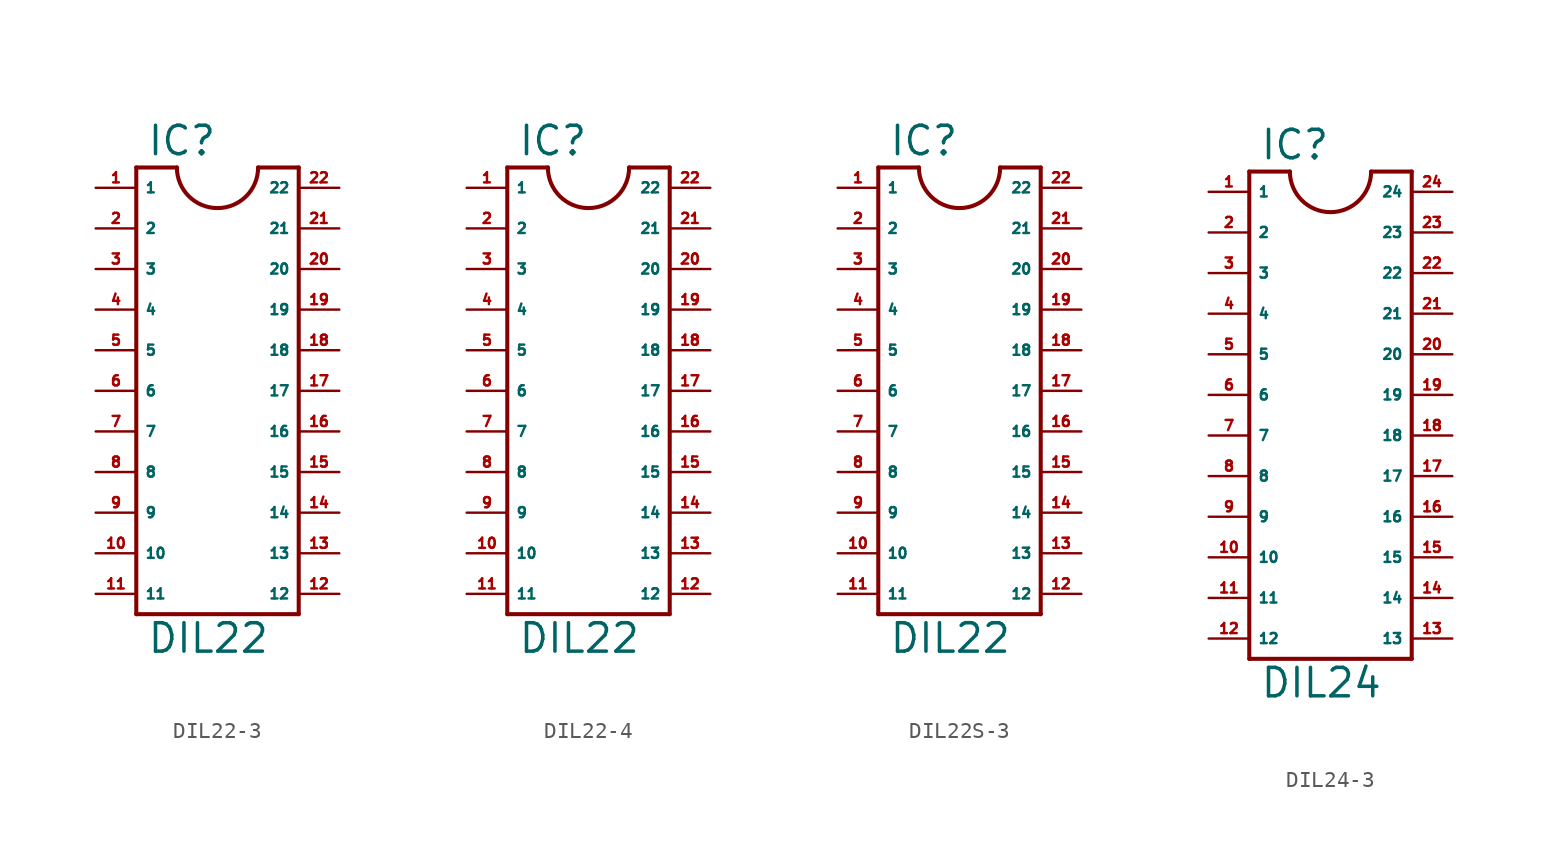
<source format=kicad_sym>
(kicad_symbol_lib
  (version 20220914)
  (generator Eagle2Kicad)
  (symbol "DIL22-3"
    (property "Reference" "IC"
      (at -4.445 14.605 0)
      (effects (font (size 1.778 1.778) (thickness 0.22)) (justify left bottom)))
    (property "Value" "DIL22"
      (at -4.445 -16.51 0)
      (effects (font (size 1.778 1.778) (thickness 0.22)) (justify left bottom)))
    (polyline
      (pts (xy -5.08 13.97) (xy -5.08 -13.97))
      (stroke (width 0.254) (type default))
      (fill (type none)))
    (polyline
      (pts (xy -5.08 -13.97) (xy 5.08 -13.97))
      (stroke (width 0.254) (type default))
      (fill (type none)))
    (polyline
      (pts (xy 5.08 -13.97) (xy 5.08 13.97))
      (stroke (width 0.254) (type default))
      (fill (type none)))
    (polyline
      (pts (xy 5.08 13.97) (xy 2.54 13.97))
      (stroke (width 0.254) (type default))
      (fill (type none)))
    (polyline
      (pts (xy -5.08 13.97) (xy -2.54 13.97))
      (stroke (width 0.254) (type default))
      (fill (type none)))
    (arc
      (start -2.54 13.97)
      (mid 0.000 11.430)
      (end 2.54 13.97)
      (stroke (width 0.254) (type default))
      (fill (type none)))
    (pin passive line
      (at -7.62 12.7 0)
      (length 2.54)
      (name "1" (effects (font (size 0.635 0.635) (thickness 0.08)) (justify left bottom)))
      (number "1" (effects (font (size 0.635 0.635) (thickness 0.08)) (justify left bottom))))
    (pin passive line
      (at -7.62 10.16 0)
      (length 2.54)
      (name "2" (effects (font (size 0.635 0.635) (thickness 0.08)) (justify left bottom)))
      (number "2" (effects (font (size 0.635 0.635) (thickness 0.08)) (justify left bottom))))
    (pin passive line
      (at -7.62 7.62 0)
      (length 2.54)
      (name "3" (effects (font (size 0.635 0.635) (thickness 0.08)) (justify left bottom)))
      (number "3" (effects (font (size 0.635 0.635) (thickness 0.08)) (justify left bottom))))
    (pin passive line
      (at -7.62 5.08 0)
      (length 2.54)
      (name "4" (effects (font (size 0.635 0.635) (thickness 0.08)) (justify left bottom)))
      (number "4" (effects (font (size 0.635 0.635) (thickness 0.08)) (justify left bottom))))
    (pin passive line
      (at -7.62 2.54 0)
      (length 2.54)
      (name "5" (effects (font (size 0.635 0.635) (thickness 0.08)) (justify left bottom)))
      (number "5" (effects (font (size 0.635 0.635) (thickness 0.08)) (justify left bottom))))
    (pin passive line
      (at -7.62 0 0)
      (length 2.54)
      (name "6" (effects (font (size 0.635 0.635) (thickness 0.08)) (justify left bottom)))
      (number "6" (effects (font (size 0.635 0.635) (thickness 0.08)) (justify left bottom))))
    (pin passive line
      (at -7.62 -2.54 0)
      (length 2.54)
      (name "7" (effects (font (size 0.635 0.635) (thickness 0.08)) (justify left bottom)))
      (number "7" (effects (font (size 0.635 0.635) (thickness 0.08)) (justify left bottom))))
    (pin passive line
      (at -7.62 -5.08 0)
      (length 2.54)
      (name "8" (effects (font (size 0.635 0.635) (thickness 0.08)) (justify left bottom)))
      (number "8" (effects (font (size 0.635 0.635) (thickness 0.08)) (justify left bottom))))
    (pin passive line
      (at -7.62 -7.62 0)
      (length 2.54)
      (name "9" (effects (font (size 0.635 0.635) (thickness 0.08)) (justify left bottom)))
      (number "9" (effects (font (size 0.635 0.635) (thickness 0.08)) (justify left bottom))))
    (pin passive line
      (at -7.62 -10.16 0)
      (length 2.54)
      (name "10" (effects (font (size 0.635 0.635) (thickness 0.08)) (justify left bottom)))
      (number "10" (effects (font (size 0.635 0.635) (thickness 0.08)) (justify left bottom))))
    (pin passive line
      (at -7.62 -12.7 0)
      (length 2.54)
      (name "11" (effects (font (size 0.635 0.635) (thickness 0.08)) (justify left bottom)))
      (number "11" (effects (font (size 0.635 0.635) (thickness 0.08)) (justify left bottom))))
    (pin passive line
      (at 7.62 -12.7 180)
      (length 2.54)
      (name "12" (effects (font (size 0.635 0.635) (thickness 0.08)) (justify left bottom)))
      (number "12" (effects (font (size 0.635 0.635) (thickness 0.08)) (justify left bottom))))
    (pin passive line
      (at 7.62 -10.16 180)
      (length 2.54)
      (name "13" (effects (font (size 0.635 0.635) (thickness 0.08)) (justify left bottom)))
      (number "13" (effects (font (size 0.635 0.635) (thickness 0.08)) (justify left bottom))))
    (pin passive line
      (at 7.62 -7.62 180)
      (length 2.54)
      (name "14" (effects (font (size 0.635 0.635) (thickness 0.08)) (justify left bottom)))
      (number "14" (effects (font (size 0.635 0.635) (thickness 0.08)) (justify left bottom))))
    (pin passive line
      (at 7.62 -5.08 180)
      (length 2.54)
      (name "15" (effects (font (size 0.635 0.635) (thickness 0.08)) (justify left bottom)))
      (number "15" (effects (font (size 0.635 0.635) (thickness 0.08)) (justify left bottom))))
    (pin passive line
      (at 7.62 -2.54 180)
      (length 2.54)
      (name "16" (effects (font (size 0.635 0.635) (thickness 0.08)) (justify left bottom)))
      (number "16" (effects (font (size 0.635 0.635) (thickness 0.08)) (justify left bottom))))
    (pin passive line
      (at 7.62 0 180)
      (length 2.54)
      (name "17" (effects (font (size 0.635 0.635) (thickness 0.08)) (justify left bottom)))
      (number "17" (effects (font (size 0.635 0.635) (thickness 0.08)) (justify left bottom))))
    (pin passive line
      (at 7.62 2.54 180)
      (length 2.54)
      (name "18" (effects (font (size 0.635 0.635) (thickness 0.08)) (justify left bottom)))
      (number "18" (effects (font (size 0.635 0.635) (thickness 0.08)) (justify left bottom))))
    (pin passive line
      (at 7.62 5.08 180)
      (length 2.54)
      (name "19" (effects (font (size 0.635 0.635) (thickness 0.08)) (justify left bottom)))
      (number "19" (effects (font (size 0.635 0.635) (thickness 0.08)) (justify left bottom))))
    (pin passive line
      (at 7.62 7.62 180)
      (length 2.54)
      (name "20" (effects (font (size 0.635 0.635) (thickness 0.08)) (justify left bottom)))
      (number "20" (effects (font (size 0.635 0.635) (thickness 0.08)) (justify left bottom))))
    (pin passive line
      (at 7.62 10.16 180)
      (length 2.54)
      (name "21" (effects (font (size 0.635 0.635) (thickness 0.08)) (justify left bottom)))
      (number "21" (effects (font (size 0.635 0.635) (thickness 0.08)) (justify left bottom))))
    (pin passive line
      (at 7.62 12.7 180)
      (length 2.54)
      (name "22" (effects (font (size 0.635 0.635) (thickness 0.08)) (justify left bottom)))
      (number "22" (effects (font (size 0.635 0.635) (thickness 0.08)) (justify left bottom)))))
  (symbol "DIL22-4"
    (property "Reference" "IC"
      (at -4.445 14.605 0)
      (effects (font (size 1.778 1.778) (thickness 0.22)) (justify left bottom)))
    (property "Value" "DIL22"
      (at -4.445 -16.51 0)
      (effects (font (size 1.778 1.778) (thickness 0.22)) (justify left bottom)))
    (polyline
      (pts (xy -5.08 13.97) (xy -5.08 -13.97))
      (stroke (width 0.254) (type default))
      (fill (type none)))
    (polyline
      (pts (xy -5.08 -13.97) (xy 5.08 -13.97))
      (stroke (width 0.254) (type default))
      (fill (type none)))
    (polyline
      (pts (xy 5.08 -13.97) (xy 5.08 13.97))
      (stroke (width 0.254) (type default))
      (fill (type none)))
    (polyline
      (pts (xy 5.08 13.97) (xy 2.54 13.97))
      (stroke (width 0.254) (type default))
      (fill (type none)))
    (polyline
      (pts (xy -5.08 13.97) (xy -2.54 13.97))
      (stroke (width 0.254) (type default))
      (fill (type none)))
    (arc
      (start -2.54 13.97)
      (mid 0.000 11.430)
      (end 2.54 13.97)
      (stroke (width 0.254) (type default))
      (fill (type none)))
    (pin passive line
      (at -7.62 12.7 0)
      (length 2.54)
      (name "1" (effects (font (size 0.635 0.635) (thickness 0.08)) (justify left bottom)))
      (number "1" (effects (font (size 0.635 0.635) (thickness 0.08)) (justify left bottom))))
    (pin passive line
      (at -7.62 10.16 0)
      (length 2.54)
      (name "2" (effects (font (size 0.635 0.635) (thickness 0.08)) (justify left bottom)))
      (number "2" (effects (font (size 0.635 0.635) (thickness 0.08)) (justify left bottom))))
    (pin passive line
      (at -7.62 7.62 0)
      (length 2.54)
      (name "3" (effects (font (size 0.635 0.635) (thickness 0.08)) (justify left bottom)))
      (number "3" (effects (font (size 0.635 0.635) (thickness 0.08)) (justify left bottom))))
    (pin passive line
      (at -7.62 5.08 0)
      (length 2.54)
      (name "4" (effects (font (size 0.635 0.635) (thickness 0.08)) (justify left bottom)))
      (number "4" (effects (font (size 0.635 0.635) (thickness 0.08)) (justify left bottom))))
    (pin passive line
      (at -7.62 2.54 0)
      (length 2.54)
      (name "5" (effects (font (size 0.635 0.635) (thickness 0.08)) (justify left bottom)))
      (number "5" (effects (font (size 0.635 0.635) (thickness 0.08)) (justify left bottom))))
    (pin passive line
      (at -7.62 0 0)
      (length 2.54)
      (name "6" (effects (font (size 0.635 0.635) (thickness 0.08)) (justify left bottom)))
      (number "6" (effects (font (size 0.635 0.635) (thickness 0.08)) (justify left bottom))))
    (pin passive line
      (at -7.62 -2.54 0)
      (length 2.54)
      (name "7" (effects (font (size 0.635 0.635) (thickness 0.08)) (justify left bottom)))
      (number "7" (effects (font (size 0.635 0.635) (thickness 0.08)) (justify left bottom))))
    (pin passive line
      (at -7.62 -5.08 0)
      (length 2.54)
      (name "8" (effects (font (size 0.635 0.635) (thickness 0.08)) (justify left bottom)))
      (number "8" (effects (font (size 0.635 0.635) (thickness 0.08)) (justify left bottom))))
    (pin passive line
      (at -7.62 -7.62 0)
      (length 2.54)
      (name "9" (effects (font (size 0.635 0.635) (thickness 0.08)) (justify left bottom)))
      (number "9" (effects (font (size 0.635 0.635) (thickness 0.08)) (justify left bottom))))
    (pin passive line
      (at -7.62 -10.16 0)
      (length 2.54)
      (name "10" (effects (font (size 0.635 0.635) (thickness 0.08)) (justify left bottom)))
      (number "10" (effects (font (size 0.635 0.635) (thickness 0.08)) (justify left bottom))))
    (pin passive line
      (at -7.62 -12.7 0)
      (length 2.54)
      (name "11" (effects (font (size 0.635 0.635) (thickness 0.08)) (justify left bottom)))
      (number "11" (effects (font (size 0.635 0.635) (thickness 0.08)) (justify left bottom))))
    (pin passive line
      (at 7.62 -12.7 180)
      (length 2.54)
      (name "12" (effects (font (size 0.635 0.635) (thickness 0.08)) (justify left bottom)))
      (number "12" (effects (font (size 0.635 0.635) (thickness 0.08)) (justify left bottom))))
    (pin passive line
      (at 7.62 -10.16 180)
      (length 2.54)
      (name "13" (effects (font (size 0.635 0.635) (thickness 0.08)) (justify left bottom)))
      (number "13" (effects (font (size 0.635 0.635) (thickness 0.08)) (justify left bottom))))
    (pin passive line
      (at 7.62 -7.62 180)
      (length 2.54)
      (name "14" (effects (font (size 0.635 0.635) (thickness 0.08)) (justify left bottom)))
      (number "14" (effects (font (size 0.635 0.635) (thickness 0.08)) (justify left bottom))))
    (pin passive line
      (at 7.62 -5.08 180)
      (length 2.54)
      (name "15" (effects (font (size 0.635 0.635) (thickness 0.08)) (justify left bottom)))
      (number "15" (effects (font (size 0.635 0.635) (thickness 0.08)) (justify left bottom))))
    (pin passive line
      (at 7.62 -2.54 180)
      (length 2.54)
      (name "16" (effects (font (size 0.635 0.635) (thickness 0.08)) (justify left bottom)))
      (number "16" (effects (font (size 0.635 0.635) (thickness 0.08)) (justify left bottom))))
    (pin passive line
      (at 7.62 0 180)
      (length 2.54)
      (name "17" (effects (font (size 0.635 0.635) (thickness 0.08)) (justify left bottom)))
      (number "17" (effects (font (size 0.635 0.635) (thickness 0.08)) (justify left bottom))))
    (pin passive line
      (at 7.62 2.54 180)
      (length 2.54)
      (name "18" (effects (font (size 0.635 0.635) (thickness 0.08)) (justify left bottom)))
      (number "18" (effects (font (size 0.635 0.635) (thickness 0.08)) (justify left bottom))))
    (pin passive line
      (at 7.62 5.08 180)
      (length 2.54)
      (name "19" (effects (font (size 0.635 0.635) (thickness 0.08)) (justify left bottom)))
      (number "19" (effects (font (size 0.635 0.635) (thickness 0.08)) (justify left bottom))))
    (pin passive line
      (at 7.62 7.62 180)
      (length 2.54)
      (name "20" (effects (font (size 0.635 0.635) (thickness 0.08)) (justify left bottom)))
      (number "20" (effects (font (size 0.635 0.635) (thickness 0.08)) (justify left bottom))))
    (pin passive line
      (at 7.62 10.16 180)
      (length 2.54)
      (name "21" (effects (font (size 0.635 0.635) (thickness 0.08)) (justify left bottom)))
      (number "21" (effects (font (size 0.635 0.635) (thickness 0.08)) (justify left bottom))))
    (pin passive line
      (at 7.62 12.7 180)
      (length 2.54)
      (name "22" (effects (font (size 0.635 0.635) (thickness 0.08)) (justify left bottom)))
      (number "22" (effects (font (size 0.635 0.635) (thickness 0.08)) (justify left bottom)))))
  (symbol "DIL22S-3"
    (property "Reference" "IC"
      (at -4.445 14.605 0)
      (effects (font (size 1.778 1.778) (thickness 0.22)) (justify left bottom)))
    (property "Value" "DIL22"
      (at -4.445 -16.51 0)
      (effects (font (size 1.778 1.778) (thickness 0.22)) (justify left bottom)))
    (polyline
      (pts (xy -5.08 13.97) (xy -5.08 -13.97))
      (stroke (width 0.254) (type default))
      (fill (type none)))
    (polyline
      (pts (xy -5.08 -13.97) (xy 5.08 -13.97))
      (stroke (width 0.254) (type default))
      (fill (type none)))
    (polyline
      (pts (xy 5.08 -13.97) (xy 5.08 13.97))
      (stroke (width 0.254) (type default))
      (fill (type none)))
    (polyline
      (pts (xy 5.08 13.97) (xy 2.54 13.97))
      (stroke (width 0.254) (type default))
      (fill (type none)))
    (polyline
      (pts (xy -5.08 13.97) (xy -2.54 13.97))
      (stroke (width 0.254) (type default))
      (fill (type none)))
    (arc
      (start -2.54 13.97)
      (mid 0.000 11.430)
      (end 2.54 13.97)
      (stroke (width 0.254) (type default))
      (fill (type none)))
    (pin passive line
      (at -7.62 12.7 0)
      (length 2.54)
      (name "1" (effects (font (size 0.635 0.635) (thickness 0.08)) (justify left bottom)))
      (number "1" (effects (font (size 0.635 0.635) (thickness 0.08)) (justify left bottom))))
    (pin passive line
      (at -7.62 10.16 0)
      (length 2.54)
      (name "2" (effects (font (size 0.635 0.635) (thickness 0.08)) (justify left bottom)))
      (number "2" (effects (font (size 0.635 0.635) (thickness 0.08)) (justify left bottom))))
    (pin passive line
      (at -7.62 7.62 0)
      (length 2.54)
      (name "3" (effects (font (size 0.635 0.635) (thickness 0.08)) (justify left bottom)))
      (number "3" (effects (font (size 0.635 0.635) (thickness 0.08)) (justify left bottom))))
    (pin passive line
      (at -7.62 5.08 0)
      (length 2.54)
      (name "4" (effects (font (size 0.635 0.635) (thickness 0.08)) (justify left bottom)))
      (number "4" (effects (font (size 0.635 0.635) (thickness 0.08)) (justify left bottom))))
    (pin passive line
      (at -7.62 2.54 0)
      (length 2.54)
      (name "5" (effects (font (size 0.635 0.635) (thickness 0.08)) (justify left bottom)))
      (number "5" (effects (font (size 0.635 0.635) (thickness 0.08)) (justify left bottom))))
    (pin passive line
      (at -7.62 0 0)
      (length 2.54)
      (name "6" (effects (font (size 0.635 0.635) (thickness 0.08)) (justify left bottom)))
      (number "6" (effects (font (size 0.635 0.635) (thickness 0.08)) (justify left bottom))))
    (pin passive line
      (at -7.62 -2.54 0)
      (length 2.54)
      (name "7" (effects (font (size 0.635 0.635) (thickness 0.08)) (justify left bottom)))
      (number "7" (effects (font (size 0.635 0.635) (thickness 0.08)) (justify left bottom))))
    (pin passive line
      (at -7.62 -5.08 0)
      (length 2.54)
      (name "8" (effects (font (size 0.635 0.635) (thickness 0.08)) (justify left bottom)))
      (number "8" (effects (font (size 0.635 0.635) (thickness 0.08)) (justify left bottom))))
    (pin passive line
      (at -7.62 -7.62 0)
      (length 2.54)
      (name "9" (effects (font (size 0.635 0.635) (thickness 0.08)) (justify left bottom)))
      (number "9" (effects (font (size 0.635 0.635) (thickness 0.08)) (justify left bottom))))
    (pin passive line
      (at -7.62 -10.16 0)
      (length 2.54)
      (name "10" (effects (font (size 0.635 0.635) (thickness 0.08)) (justify left bottom)))
      (number "10" (effects (font (size 0.635 0.635) (thickness 0.08)) (justify left bottom))))
    (pin passive line
      (at -7.62 -12.7 0)
      (length 2.54)
      (name "11" (effects (font (size 0.635 0.635) (thickness 0.08)) (justify left bottom)))
      (number "11" (effects (font (size 0.635 0.635) (thickness 0.08)) (justify left bottom))))
    (pin passive line
      (at 7.62 -12.7 180)
      (length 2.54)
      (name "12" (effects (font (size 0.635 0.635) (thickness 0.08)) (justify left bottom)))
      (number "12" (effects (font (size 0.635 0.635) (thickness 0.08)) (justify left bottom))))
    (pin passive line
      (at 7.62 -10.16 180)
      (length 2.54)
      (name "13" (effects (font (size 0.635 0.635) (thickness 0.08)) (justify left bottom)))
      (number "13" (effects (font (size 0.635 0.635) (thickness 0.08)) (justify left bottom))))
    (pin passive line
      (at 7.62 -7.62 180)
      (length 2.54)
      (name "14" (effects (font (size 0.635 0.635) (thickness 0.08)) (justify left bottom)))
      (number "14" (effects (font (size 0.635 0.635) (thickness 0.08)) (justify left bottom))))
    (pin passive line
      (at 7.62 -5.08 180)
      (length 2.54)
      (name "15" (effects (font (size 0.635 0.635) (thickness 0.08)) (justify left bottom)))
      (number "15" (effects (font (size 0.635 0.635) (thickness 0.08)) (justify left bottom))))
    (pin passive line
      (at 7.62 -2.54 180)
      (length 2.54)
      (name "16" (effects (font (size 0.635 0.635) (thickness 0.08)) (justify left bottom)))
      (number "16" (effects (font (size 0.635 0.635) (thickness 0.08)) (justify left bottom))))
    (pin passive line
      (at 7.62 0 180)
      (length 2.54)
      (name "17" (effects (font (size 0.635 0.635) (thickness 0.08)) (justify left bottom)))
      (number "17" (effects (font (size 0.635 0.635) (thickness 0.08)) (justify left bottom))))
    (pin passive line
      (at 7.62 2.54 180)
      (length 2.54)
      (name "18" (effects (font (size 0.635 0.635) (thickness 0.08)) (justify left bottom)))
      (number "18" (effects (font (size 0.635 0.635) (thickness 0.08)) (justify left bottom))))
    (pin passive line
      (at 7.62 5.08 180)
      (length 2.54)
      (name "19" (effects (font (size 0.635 0.635) (thickness 0.08)) (justify left bottom)))
      (number "19" (effects (font (size 0.635 0.635) (thickness 0.08)) (justify left bottom))))
    (pin passive line
      (at 7.62 7.62 180)
      (length 2.54)
      (name "20" (effects (font (size 0.635 0.635) (thickness 0.08)) (justify left bottom)))
      (number "20" (effects (font (size 0.635 0.635) (thickness 0.08)) (justify left bottom))))
    (pin passive line
      (at 7.62 10.16 180)
      (length 2.54)
      (name "21" (effects (font (size 0.635 0.635) (thickness 0.08)) (justify left bottom)))
      (number "21" (effects (font (size 0.635 0.635) (thickness 0.08)) (justify left bottom))))
    (pin passive line
      (at 7.62 12.7 180)
      (length 2.54)
      (name "22" (effects (font (size 0.635 0.635) (thickness 0.08)) (justify left bottom)))
      (number "22" (effects (font (size 0.635 0.635) (thickness 0.08)) (justify left bottom)))))
  (symbol "DIL24-3"
    (property "Reference" "IC"
      (at -4.445 17.145 0)
      (effects (font (size 1.778 1.778) (thickness 0.22)) (justify left bottom)))
    (property "Value" "DIL24"
      (at -4.445 -16.51 0)
      (effects (font (size 1.778 1.778) (thickness 0.22)) (justify left bottom)))
    (polyline
      (pts (xy -5.08 16.51) (xy -5.08 -13.97))
      (stroke (width 0.254) (type default))
      (fill (type none)))
    (polyline
      (pts (xy -5.08 -13.97) (xy 5.08 -13.97))
      (stroke (width 0.254) (type default))
      (fill (type none)))
    (polyline
      (pts (xy 5.08 -13.97) (xy 5.08 16.51))
      (stroke (width 0.254) (type default))
      (fill (type none)))
    (polyline
      (pts (xy 5.08 16.51) (xy 2.54 16.51))
      (stroke (width 0.254) (type default))
      (fill (type none)))
    (polyline
      (pts (xy -5.08 16.51) (xy -2.54 16.51))
      (stroke (width 0.254) (type default))
      (fill (type none)))
    (arc
      (start -2.54 16.51)
      (mid 0.000 13.970)
      (end 2.54 16.51)
      (stroke (width 0.254) (type default))
      (fill (type none)))
    (pin passive line
      (at -7.62 15.24 0)
      (length 2.54)
      (name "1" (effects (font (size 0.635 0.635) (thickness 0.08)) (justify left bottom)))
      (number "1" (effects (font (size 0.635 0.635) (thickness 0.08)) (justify left bottom))))
    (pin passive line
      (at -7.62 12.7 0)
      (length 2.54)
      (name "2" (effects (font (size 0.635 0.635) (thickness 0.08)) (justify left bottom)))
      (number "2" (effects (font (size 0.635 0.635) (thickness 0.08)) (justify left bottom))))
    (pin passive line
      (at -7.62 10.16 0)
      (length 2.54)
      (name "3" (effects (font (size 0.635 0.635) (thickness 0.08)) (justify left bottom)))
      (number "3" (effects (font (size 0.635 0.635) (thickness 0.08)) (justify left bottom))))
    (pin passive line
      (at -7.62 7.62 0)
      (length 2.54)
      (name "4" (effects (font (size 0.635 0.635) (thickness 0.08)) (justify left bottom)))
      (number "4" (effects (font (size 0.635 0.635) (thickness 0.08)) (justify left bottom))))
    (pin passive line
      (at -7.62 5.08 0)
      (length 2.54)
      (name "5" (effects (font (size 0.635 0.635) (thickness 0.08)) (justify left bottom)))
      (number "5" (effects (font (size 0.635 0.635) (thickness 0.08)) (justify left bottom))))
    (pin passive line
      (at -7.62 2.54 0)
      (length 2.54)
      (name "6" (effects (font (size 0.635 0.635) (thickness 0.08)) (justify left bottom)))
      (number "6" (effects (font (size 0.635 0.635) (thickness 0.08)) (justify left bottom))))
    (pin passive line
      (at -7.62 0 0)
      (length 2.54)
      (name "7" (effects (font (size 0.635 0.635) (thickness 0.08)) (justify left bottom)))
      (number "7" (effects (font (size 0.635 0.635) (thickness 0.08)) (justify left bottom))))
    (pin passive line
      (at -7.62 -2.54 0)
      (length 2.54)
      (name "8" (effects (font (size 0.635 0.635) (thickness 0.08)) (justify left bottom)))
      (number "8" (effects (font (size 0.635 0.635) (thickness 0.08)) (justify left bottom))))
    (pin passive line
      (at -7.62 -5.08 0)
      (length 2.54)
      (name "9" (effects (font (size 0.635 0.635) (thickness 0.08)) (justify left bottom)))
      (number "9" (effects (font (size 0.635 0.635) (thickness 0.08)) (justify left bottom))))
    (pin passive line
      (at -7.62 -7.62 0)
      (length 2.54)
      (name "10" (effects (font (size 0.635 0.635) (thickness 0.08)) (justify left bottom)))
      (number "10" (effects (font (size 0.635 0.635) (thickness 0.08)) (justify left bottom))))
    (pin passive line
      (at -7.62 -10.16 0)
      (length 2.54)
      (name "11" (effects (font (size 0.635 0.635) (thickness 0.08)) (justify left bottom)))
      (number "11" (effects (font (size 0.635 0.635) (thickness 0.08)) (justify left bottom))))
    (pin passive line
      (at -7.62 -12.7 0)
      (length 2.54)
      (name "12" (effects (font (size 0.635 0.635) (thickness 0.08)) (justify left bottom)))
      (number "12" (effects (font (size 0.635 0.635) (thickness 0.08)) (justify left bottom))))
    (pin passive line
      (at 7.62 -12.7 180)
      (length 2.54)
      (name "13" (effects (font (size 0.635 0.635) (thickness 0.08)) (justify left bottom)))
      (number "13" (effects (font (size 0.635 0.635) (thickness 0.08)) (justify left bottom))))
    (pin passive line
      (at 7.62 -10.16 180)
      (length 2.54)
      (name "14" (effects (font (size 0.635 0.635) (thickness 0.08)) (justify left bottom)))
      (number "14" (effects (font (size 0.635 0.635) (thickness 0.08)) (justify left bottom))))
    (pin passive line
      (at 7.62 -7.62 180)
      (length 2.54)
      (name "15" (effects (font (size 0.635 0.635) (thickness 0.08)) (justify left bottom)))
      (number "15" (effects (font (size 0.635 0.635) (thickness 0.08)) (justify left bottom))))
    (pin passive line
      (at 7.62 -5.08 180)
      (length 2.54)
      (name "16" (effects (font (size 0.635 0.635) (thickness 0.08)) (justify left bottom)))
      (number "16" (effects (font (size 0.635 0.635) (thickness 0.08)) (justify left bottom))))
    (pin passive line
      (at 7.62 -2.54 180)
      (length 2.54)
      (name "17" (effects (font (size 0.635 0.635) (thickness 0.08)) (justify left bottom)))
      (number "17" (effects (font (size 0.635 0.635) (thickness 0.08)) (justify left bottom))))
    (pin passive line
      (at 7.62 0 180)
      (length 2.54)
      (name "18" (effects (font (size 0.635 0.635) (thickness 0.08)) (justify left bottom)))
      (number "18" (effects (font (size 0.635 0.635) (thickness 0.08)) (justify left bottom))))
    (pin passive line
      (at 7.62 2.54 180)
      (length 2.54)
      (name "19" (effects (font (size 0.635 0.635) (thickness 0.08)) (justify left bottom)))
      (number "19" (effects (font (size 0.635 0.635) (thickness 0.08)) (justify left bottom))))
    (pin passive line
      (at 7.62 5.08 180)
      (length 2.54)
      (name "20" (effects (font (size 0.635 0.635) (thickness 0.08)) (justify left bottom)))
      (number "20" (effects (font (size 0.635 0.635) (thickness 0.08)) (justify left bottom))))
    (pin passive line
      (at 7.62 7.62 180)
      (length 2.54)
      (name "21" (effects (font (size 0.635 0.635) (thickness 0.08)) (justify left bottom)))
      (number "21" (effects (font (size 0.635 0.635) (thickness 0.08)) (justify left bottom))))
    (pin passive line
      (at 7.62 10.16 180)
      (length 2.54)
      (name "22" (effects (font (size 0.635 0.635) (thickness 0.08)) (justify left bottom)))
      (number "22" (effects (font (size 0.635 0.635) (thickness 0.08)) (justify left bottom))))
    (pin passive line
      (at 7.62 12.7 180)
      (length 2.54)
      (name "23" (effects (font (size 0.635 0.635) (thickness 0.08)) (justify left bottom)))
      (number "23" (effects (font (size 0.635 0.635) (thickness 0.08)) (justify left bottom))))
    (pin passive line
      (at 7.62 15.24 180)
      (length 2.54)
      (name "24" (effects (font (size 0.635 0.635) (thickness 0.08)) (justify left bottom)))
      (number "24" (effects (font (size 0.635 0.635) (thickness 0.08)) (justify left bottom))))))
</source>
